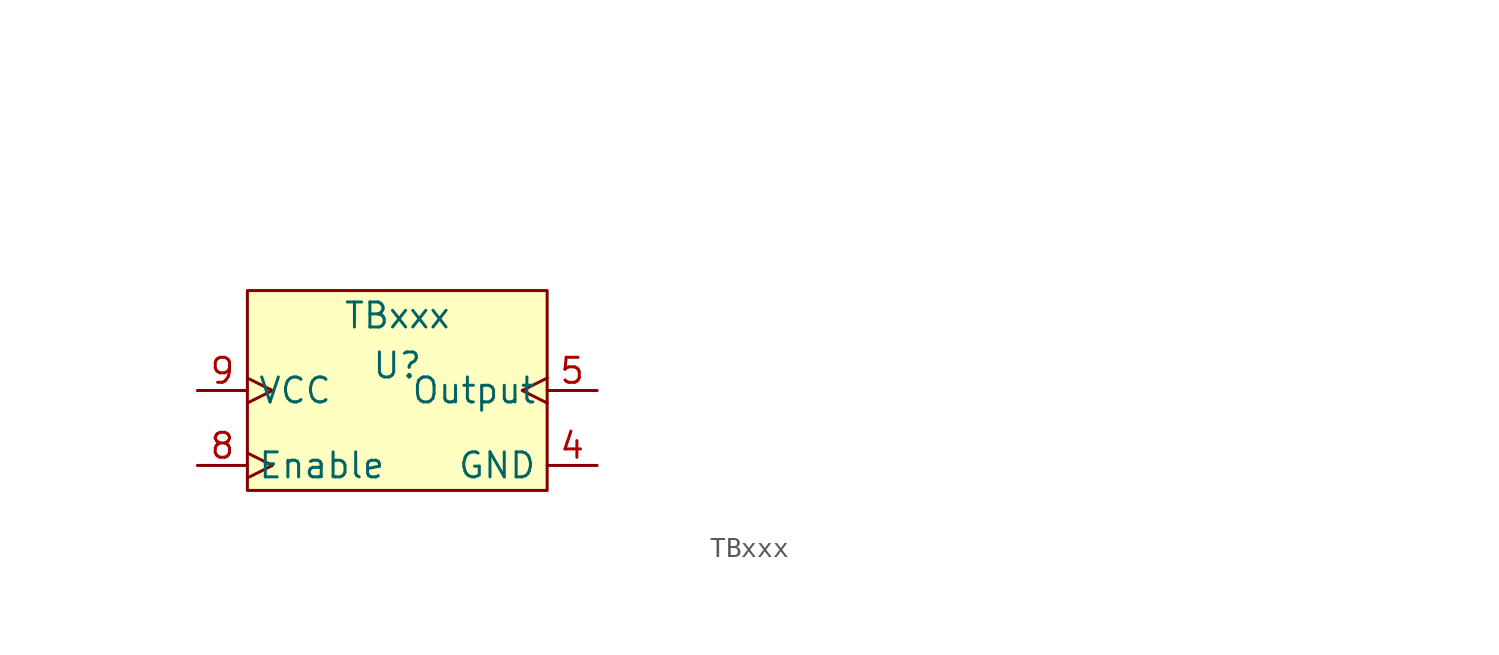
<source format=kicad_sym>
(kicad_symbol_lib
  (version 20211014)
  (generator kicad_symbol_editor)
  (symbol "TBxxx"
    (property "Reference" "U"
      (at 0 1.27 0)
      (effects (font (size 1.27 1.27))))
    (property "Value" "TBxxx"
      (at 0 3.81 0)
      (effects (font (size 1.27 1.27))))
    (symbol "TBxxx_0_0"
      (pin no_connect line (at 43.18 13.97 0) (length 2.54) hide (name "NC" (effects (font (size 1.27 1.27)))) (number "1" (effects (font (size 1.27 1.27)))))
      (pin no_connect clock (at 43.18 1.27 0) (length 2.54) hide (name "NC" (effects (font (size 1.27 1.27)))) (number "10" (effects (font (size 1.27 1.27)))))
      (pin no_connect line (at 43.18 11.43 0) (length 2.54) hide (name "NC" (effects (font (size 1.27 1.27)))) (number "2" (effects (font (size 1.27 1.27)))))
      (pin no_connect line (at 43.18 8.89 0) (length 2.54) hide (name "NC" (effects (font (size 1.27 1.27)))) (number "3" (effects (font (size 1.27 1.27)))))
      (pin power_in line (at 10.16 -3.81 180) (length 2.54) (name "GND" (effects (font (size 1.27 1.27)))) (number "4" (effects (font (size 1.27 1.27)))))
      (pin output clock (at 10.16 0 180) (length 2.54) (name "Output" (effects (font (size 1.27 1.27)))) (number "5" (effects (font (size 1.27 1.27)))))
      (pin no_connect clock (at 43.18 6.35 0) (length 2.54) hide (name "NC" (effects (font (size 1.27 1.27)))) (number "6" (effects (font (size 1.27 1.27)))))
      (pin no_connect clock (at 43.18 3.81 0) (length 2.54) hide (name "NC" (effects (font (size 1.27 1.27)))) (number "7" (effects (font (size 1.27 1.27)))))
      (pin tri_state clock (at -10.16 -3.81 0) (length 2.54) (name "Enable" (effects (font (size 1.27 1.27)))) (number "8" (effects (font (size 1.27 1.27)))))
      (pin input clock (at -10.16 0 0) (length 2.54) (name "VCC" (effects (font (size 1.27 1.27)))) (number "9" (effects (font (size 1.27 1.27))))))
    (symbol "TBxxx_0_1"
      (rectangle (start -7.62 5.08) (end 7.62 -5.08) (stroke (width 0.152) (type default) (color 0 0 0 0)) (fill (type background))))))
</source>
